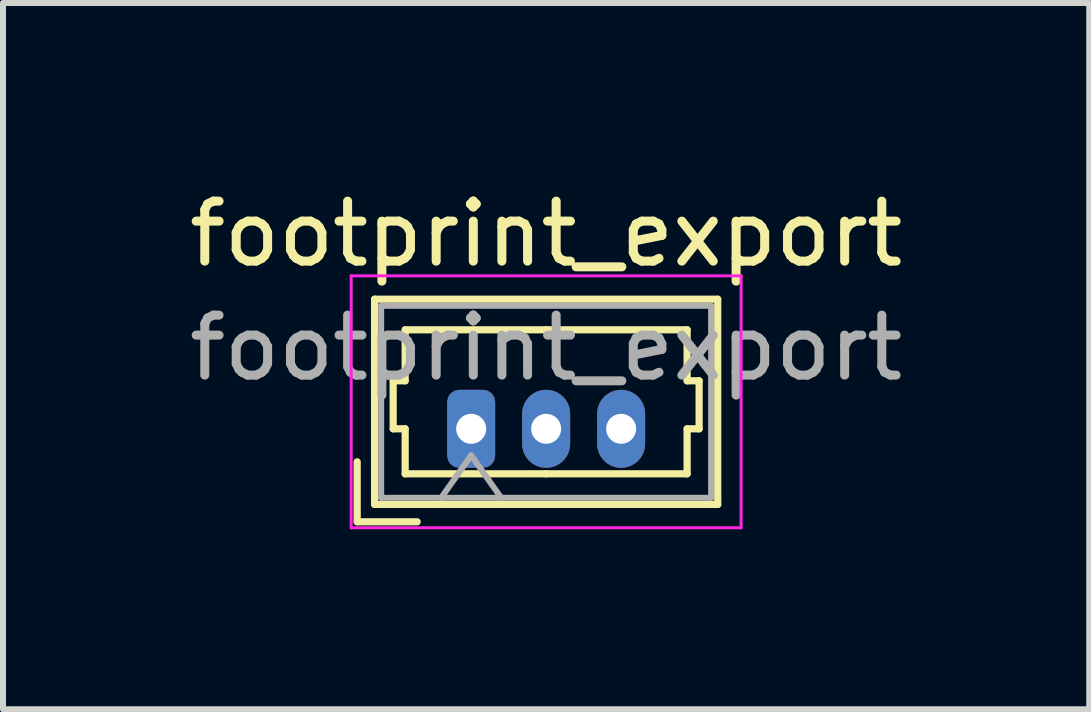
<source format=kicad_pcb>
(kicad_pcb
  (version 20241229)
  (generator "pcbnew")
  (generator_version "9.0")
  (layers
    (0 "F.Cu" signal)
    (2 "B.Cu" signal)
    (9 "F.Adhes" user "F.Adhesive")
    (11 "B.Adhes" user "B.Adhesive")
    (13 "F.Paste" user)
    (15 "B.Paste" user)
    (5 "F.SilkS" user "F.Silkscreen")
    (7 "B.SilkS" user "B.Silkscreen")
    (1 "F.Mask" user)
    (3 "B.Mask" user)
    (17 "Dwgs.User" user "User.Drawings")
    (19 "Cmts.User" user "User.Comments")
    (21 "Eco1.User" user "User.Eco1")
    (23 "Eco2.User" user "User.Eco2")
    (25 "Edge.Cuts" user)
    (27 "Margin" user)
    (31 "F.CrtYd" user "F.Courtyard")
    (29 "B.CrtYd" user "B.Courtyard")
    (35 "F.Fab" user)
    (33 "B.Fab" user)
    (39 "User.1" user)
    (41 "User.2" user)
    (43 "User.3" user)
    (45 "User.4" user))
  (footprint "footprint_export"
    (layer "F.Cu")
    (at 4.804 4.098)
    (property "Reference" "footprint_export" (at 1.25 -3.25 0) (layer "F.SilkS") (effects (font (size 1 1) (thickness 0.15))))
    (attr through_hole)
    (fp_line (start -1.9 1.55) (end -1.9 0.55) (stroke (width 0.12) (type solid)) (layer "F.SilkS"))
    (fp_line (start -1.9 1.55) (end -0.9 1.55) (stroke (width 0.12) (type solid)) (layer "F.SilkS"))
    (fp_line (start -1.61 -2.16) (end -1.61 1.26) (stroke (width 0.12) (type solid)) (layer "F.SilkS"))
    (fp_line (start -1.61 1.26) (end 4.11 1.26) (stroke (width 0.12) (type solid)) (layer "F.SilkS"))
    (fp_line (start -1.3 -0.8) (end -1.1 -0.8) (stroke (width 0.12) (type solid)) (layer "F.SilkS"))
    (fp_line (start -1.3 0) (end -1.3 -0.8) (stroke (width 0.12) (type solid)) (layer "F.SilkS"))
    (fp_line (start -1.1 -1.65) (end 1.25 -1.65) (stroke (width 0.12) (type solid)) (layer "F.SilkS"))
    (fp_line (start -1.1 -0.8) (end -1.1 -1.65) (stroke (width 0.12) (type solid)) (layer "F.SilkS"))
    (fp_line (start -1.1 0) (end -1.3 0) (stroke (width 0.12) (type solid)) (layer "F.SilkS"))
    (fp_line (start -1.1 0.75) (end -1.1 0) (stroke (width 0.12) (type solid)) (layer "F.SilkS"))
    (fp_line (start 1.25 0.75) (end -1.1 0.75) (stroke (width 0.12) (type solid)) (layer "F.SilkS"))
    (fp_line (start 1.25 0.75) (end 3.6 0.75) (stroke (width 0.12) (type solid)) (layer "F.SilkS"))
    (fp_line (start 3.6 -1.65) (end 1.25 -1.65) (stroke (width 0.12) (type solid)) (layer "F.SilkS"))
    (fp_line (start 3.6 -0.8) (end 3.6 -1.65) (stroke (width 0.12) (type solid)) (layer "F.SilkS"))
    (fp_line (start 3.6 0) (end 3.8 0) (stroke (width 0.12) (type solid)) (layer "F.SilkS"))
    (fp_line (start 3.6 0.75) (end 3.6 0) (stroke (width 0.12) (type solid)) (layer "F.SilkS"))
    (fp_line (start 3.8 -0.8) (end 3.6 -0.8) (stroke (width 0.12) (type solid)) (layer "F.SilkS"))
    (fp_line (start 3.8 0) (end 3.8 -0.8) (stroke (width 0.12) (type solid)) (layer "F.SilkS"))
    (fp_line (start 4.11 -2.16) (end -1.61 -2.16) (stroke (width 0.12) (type solid)) (layer "F.SilkS"))
    (fp_line (start 4.11 1.26) (end 4.11 -2.16) (stroke (width 0.12) (type solid)) (layer "F.SilkS"))
    (fp_line (start -2 -2.55) (end -2 1.65) (stroke (width 0.05) (type solid)) (layer "F.CrtYd"))
    (fp_line (start -2 1.65) (end 4.5 1.65) (stroke (width 0.05) (type solid)) (layer "F.CrtYd"))
    (fp_line (start 4.5 -2.55) (end -2 -2.55) (stroke (width 0.05) (type solid)) (layer "F.CrtYd"))
    (fp_line (start 4.5 1.65) (end 4.5 -2.55) (stroke (width 0.05) (type solid)) (layer "F.CrtYd"))
    (fp_line (start -1.5 -2.05) (end -1.5 1.15) (stroke (width 0.1) (type solid)) (layer "F.Fab"))
    (fp_line (start -1.5 1.15) (end 4 1.15) (stroke (width 0.1) (type solid)) (layer "F.Fab"))
    (fp_line (start -0.5 1.15) (end 0 0.443) (stroke (width 0.1) (type solid)) (layer "F.Fab"))
    (fp_line (start 0 0.443) (end 0.5 1.15) (stroke (width 0.1) (type solid)) (layer "F.Fab"))
    (fp_line (start 4 -2.05) (end -1.5 -2.05) (stroke (width 0.1) (type solid)) (layer "F.Fab"))
    (fp_line (start 4 1.15) (end 4 -2.05) (stroke (width 0.1) (type solid)) (layer "F.Fab"))
    (fp_text user "${REFERENCE}" (at 1.25 -1.35 0) (layer "F.Fab") (effects (font (size 1 1) (thickness 0.15))))
    (pad "1" thru_hole roundrect (at 0 0) (size 0.8 1.3) (drill 0.5) (layers "*.Cu" "*.Mask") (roundrect_rratio 0.25))
    (pad "2" thru_hole oval (at 1.25 0) (size 0.8 1.3) (drill 0.5) (layers "*.Cu" "*.Mask"))
    (pad "3" thru_hole oval (at 2.5 0) (size 0.8 1.3) (drill 0.5) (layers "*.Cu" "*.Mask")))
  (gr_rect
    (start -3 -3)
    (end 15.107 8.773)
    (stroke (width 0.1) (type default))
    (fill no)
    (layer "Edge.Cuts")))
</source>
